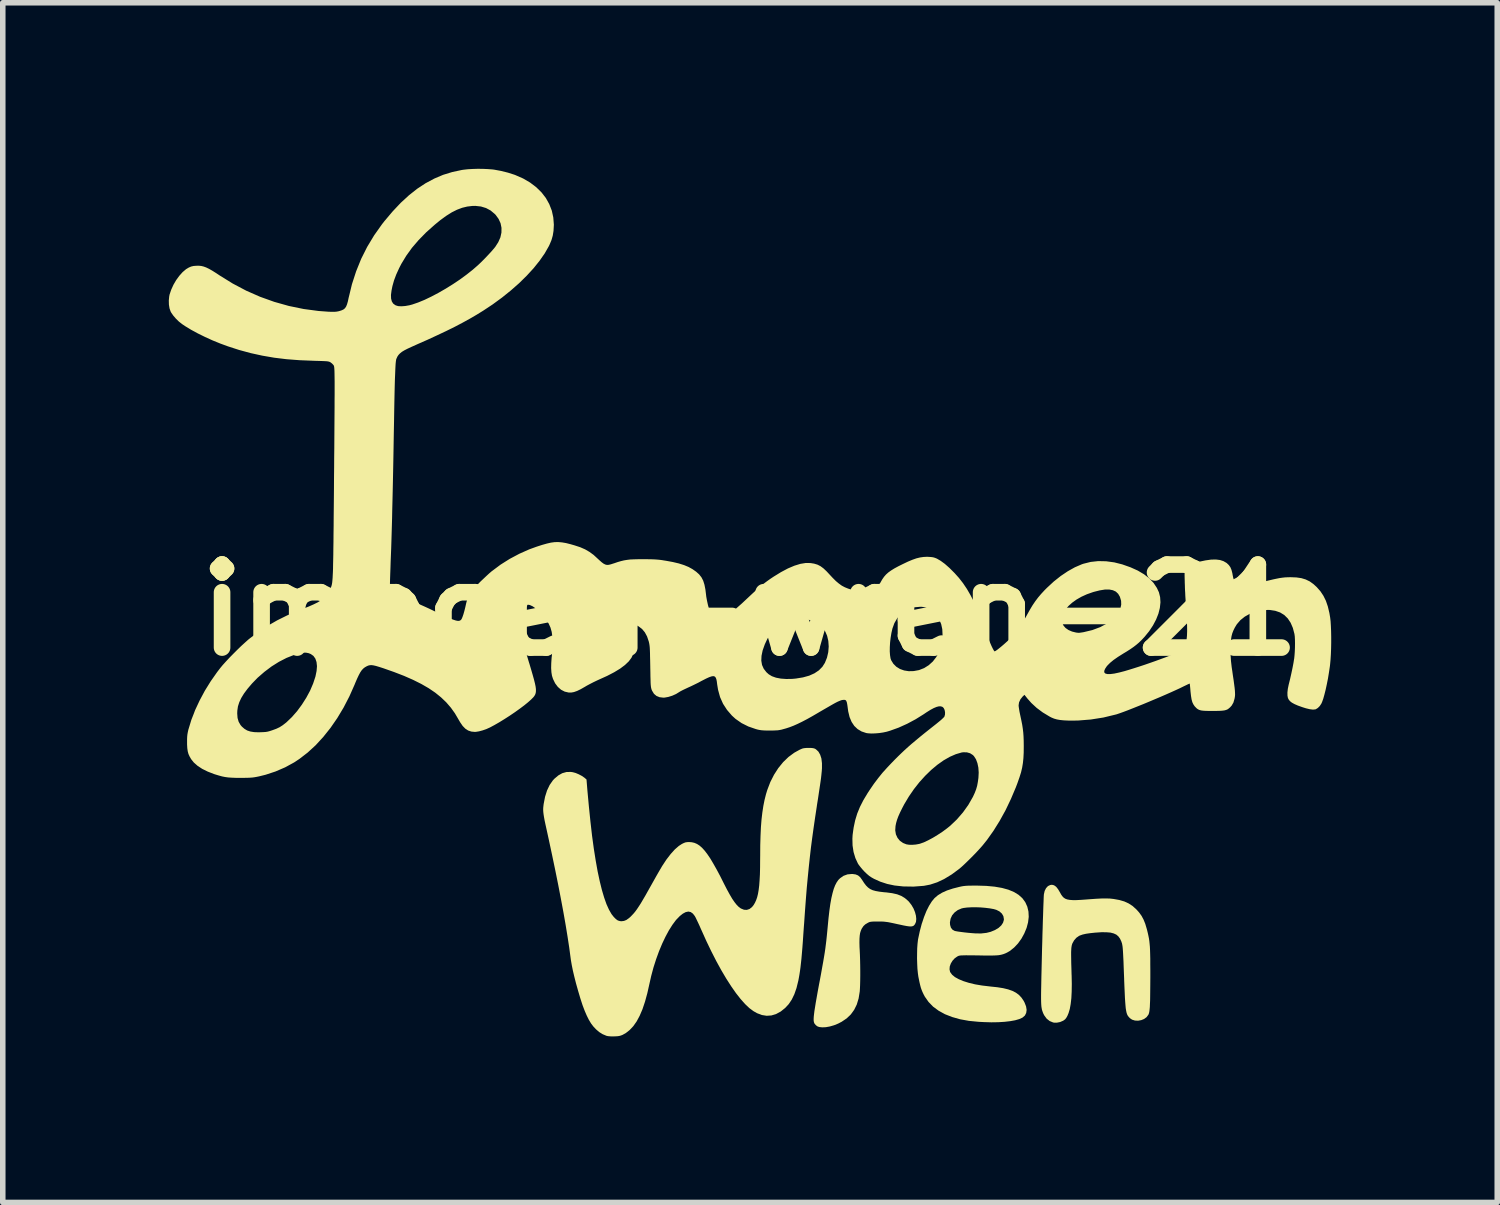
<source format=kicad_pcb>
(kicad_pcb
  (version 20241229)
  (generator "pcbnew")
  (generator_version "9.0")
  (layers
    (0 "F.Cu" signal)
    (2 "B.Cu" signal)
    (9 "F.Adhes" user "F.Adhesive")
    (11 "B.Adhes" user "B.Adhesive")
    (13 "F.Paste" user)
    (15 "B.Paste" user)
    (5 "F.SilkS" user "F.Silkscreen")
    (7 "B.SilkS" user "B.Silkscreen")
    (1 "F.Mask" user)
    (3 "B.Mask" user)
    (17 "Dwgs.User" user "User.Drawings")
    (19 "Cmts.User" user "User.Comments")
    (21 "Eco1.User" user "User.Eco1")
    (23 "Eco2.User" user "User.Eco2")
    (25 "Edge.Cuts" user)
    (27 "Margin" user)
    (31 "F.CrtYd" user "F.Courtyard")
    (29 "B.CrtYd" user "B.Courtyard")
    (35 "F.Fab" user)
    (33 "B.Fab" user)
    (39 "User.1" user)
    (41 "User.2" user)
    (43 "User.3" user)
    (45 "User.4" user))
  (footprint "imogen-wren-21"
    (layer "F.Cu")
    (at 10.498 7.972)
    (property "Reference" "imogen-wren-21" (at 0 0 0) (layer "F.SilkS") (effects (font (size 1.5 1.5) (thickness 0.3))))
    (attr board_only exclude_from_pos_files exclude_from_bom)
    (fp_poly (pts (xy 1.854 4.769) (xy 1.911 4.777) (xy 1.955 4.795) (xy 1.993 4.827) (xy 2.027 4.874) (xy 2.064 4.931) (xy 2.099 4.977) (xy 2.135 5.013) (xy 2.174 5.041) (xy 2.22 5.062) (xy 2.275 5.077) (xy 2.343 5.089) (xy 2.427 5.099) (xy 2.467 5.102) (xy 2.572 5.116) (xy 2.661 5.136) (xy 2.738 5.166) (xy 2.803 5.206) (xy 2.861 5.256) (xy 2.876 5.272) (xy 2.92 5.329) (xy 2.957 5.392) (xy 2.984 5.458) (xy 3.001 5.522) (xy 3.007 5.582) (xy 3.002 5.634) (xy 2.985 5.673) (xy 2.972 5.691) (xy 2.957 5.705) (xy 2.938 5.713) (xy 2.913 5.717) (xy 2.88 5.716) (xy 2.836 5.71) (xy 2.778 5.699) (xy 2.705 5.683) (xy 2.671 5.676) (xy 2.599 5.66) (xy 2.541 5.648) (xy 2.495 5.639) (xy 2.456 5.634) (xy 2.42 5.63) (xy 2.383 5.628) (xy 2.341 5.628) (xy 2.315 5.628) (xy 2.259 5.628) (xy 2.218 5.629) (xy 2.189 5.632) (xy 2.167 5.636) (xy 2.149 5.643) (xy 2.133 5.651) (xy 2.086 5.679) (xy 2.053 5.71) (xy 2.026 5.75) (xy 2.019 5.762) (xy 2.004 5.798) (xy 1.992 5.838) (xy 1.985 5.884) (xy 1.981 5.94) (xy 1.98 6.009) (xy 1.982 6.092) (xy 1.985 6.144) (xy 1.989 6.23) (xy 1.992 6.323) (xy 1.994 6.42) (xy 1.995 6.517) (xy 1.995 6.611) (xy 1.994 6.699) (xy 1.992 6.777) (xy 1.989 6.842) (xy 1.986 6.891) (xy 1.985 6.896) (xy 1.965 7.019) (xy 1.932 7.128) (xy 1.885 7.223) (xy 1.825 7.306) (xy 1.751 7.377) (xy 1.661 7.438) (xy 1.596 7.472) (xy 1.522 7.502) (xy 1.446 7.524) (xy 1.374 7.537) (xy 1.309 7.54) (xy 1.253 7.534) (xy 1.219 7.521) (xy 1.192 7.5) (xy 1.169 7.472) (xy 1.167 7.47) (xy 1.161 7.455) (xy 1.156 7.437) (xy 1.153 7.414) (xy 1.153 7.384) (xy 1.155 7.347) (xy 1.16 7.301) (xy 1.167 7.244) (xy 1.178 7.176) (xy 1.191 7.094) (xy 1.208 6.998) (xy 1.228 6.885) (xy 1.252 6.756) (xy 1.263 6.699) (xy 1.287 6.57) (xy 1.307 6.457) (xy 1.325 6.358) (xy 1.34 6.27) (xy 1.353 6.191) (xy 1.364 6.116) (xy 1.373 6.044) (xy 1.382 5.972) (xy 1.39 5.896) (xy 1.398 5.815) (xy 1.406 5.731) (xy 1.421 5.573) (xy 1.437 5.434) (xy 1.454 5.312) (xy 1.473 5.206) (xy 1.494 5.116) (xy 1.516 5.038) (xy 1.541 4.974) (xy 1.569 4.92) (xy 1.599 4.877) (xy 1.63 4.846) (xy 1.693 4.802) (xy 1.765 4.776) (xy 1.843 4.769)) (stroke (width 0) (type solid)) (fill yes) (layer "F.SilkS"))
    (fp_poly (pts (xy 4.272 4.984) (xy 4.422 4.998) (xy 4.556 5.021) (xy 4.672 5.053) (xy 4.773 5.095) (xy 4.856 5.146) (xy 4.924 5.207) (xy 4.976 5.278) (xy 5.013 5.359) (xy 5.034 5.448) (xy 5.039 5.543) (xy 5.027 5.643) (xy 5 5.744) (xy 4.959 5.843) (xy 4.907 5.938) (xy 4.845 6.024) (xy 4.774 6.099) (xy 4.697 6.16) (xy 4.649 6.188) (xy 4.613 6.205) (xy 4.578 6.218) (xy 4.541 6.228) (xy 4.499 6.236) (xy 4.449 6.24) (xy 4.388 6.242) (xy 4.313 6.243) (xy 4.222 6.242) (xy 4.222 6.242) (xy 4.119 6.24) (xy 4.034 6.239) (xy 3.965 6.239) (xy 3.91 6.238) (xy 3.866 6.239) (xy 3.833 6.24) (xy 3.809 6.241) (xy 3.79 6.244) (xy 3.776 6.247) (xy 3.765 6.251) (xy 3.754 6.257) (xy 3.749 6.259) (xy 3.701 6.293) (xy 3.661 6.337) (xy 3.631 6.387) (xy 3.612 6.44) (xy 3.608 6.492) (xy 3.618 6.539) (xy 3.622 6.545) (xy 3.655 6.59) (xy 3.706 6.632) (xy 3.775 6.67) (xy 3.859 6.705) (xy 3.958 6.736) (xy 4.07 6.763) (xy 4.194 6.784) (xy 4.329 6.8) (xy 4.345 6.802) (xy 4.469 6.815) (xy 4.576 6.832) (xy 4.667 6.854) (xy 4.744 6.881) (xy 4.808 6.914) (xy 4.862 6.954) (xy 4.907 7.002) (xy 4.946 7.059) (xy 4.964 7.093) (xy 4.991 7.162) (xy 5.001 7.225) (xy 4.993 7.28) (xy 4.97 7.326) (xy 4.929 7.362) (xy 4.922 7.366) (xy 4.867 7.391) (xy 4.794 7.412) (xy 4.706 7.428) (xy 4.603 7.44) (xy 4.489 7.447) (xy 4.363 7.449) (xy 4.229 7.445) (xy 4.133 7.44) (xy 3.959 7.423) (xy 3.799 7.394) (xy 3.654 7.353) (xy 3.524 7.302) (xy 3.41 7.239) (xy 3.311 7.166) (xy 3.229 7.081) (xy 3.162 6.986) (xy 3.14 6.945) (xy 3.12 6.903) (xy 3.104 6.864) (xy 3.09 6.824) (xy 3.078 6.779) (xy 3.065 6.724) (xy 3.051 6.655) (xy 3.045 6.626) (xy 3.036 6.561) (xy 3.028 6.481) (xy 3.024 6.392) (xy 3.021 6.297) (xy 3.022 6.202) (xy 3.024 6.11) (xy 3.03 6.028) (xy 3.038 5.959) (xy 3.041 5.942) (xy 3.071 5.801) (xy 3.106 5.669) (xy 3.115 5.644) (xy 3.615 5.644) (xy 3.618 5.689) (xy 3.633 5.739) (xy 3.662 5.776) (xy 3.702 5.798) (xy 3.726 5.803) (xy 3.766 5.81) (xy 3.819 5.817) (xy 3.881 5.825) (xy 3.947 5.832) (xy 4.015 5.838) (xy 4.07 5.842) (xy 4.176 5.844) (xy 4.275 5.833) (xy 4.351 5.814) (xy 4.429 5.782) (xy 4.494 5.743) (xy 4.543 5.698) (xy 4.575 5.649) (xy 4.59 5.598) (xy 4.59 5.584) (xy 4.581 5.531) (xy 4.554 5.485) (xy 4.511 5.446) (xy 4.454 5.417) (xy 4.406 5.403) (xy 4.333 5.39) (xy 4.252 5.38) (xy 4.167 5.373) (xy 4.081 5.37) (xy 3.999 5.371) (xy 3.925 5.375) (xy 3.863 5.383) (xy 3.827 5.391) (xy 3.757 5.421) (xy 3.699 5.464) (xy 3.655 5.516) (xy 3.627 5.577) (xy 3.615 5.644) (xy 3.115 5.644) (xy 3.147 5.547) (xy 3.191 5.437) (xy 3.239 5.342) (xy 3.289 5.263) (xy 3.337 5.205) (xy 3.398 5.153) (xy 3.473 5.107) (xy 3.562 5.067) (xy 3.668 5.032) (xy 3.786 5.002) (xy 3.822 4.994) (xy 3.856 4.988) (xy 3.891 4.984) (xy 3.93 4.981) (xy 3.978 4.98) (xy 4.038 4.979) (xy 4.104 4.979)) (stroke (width 0) (type solid)) (fill yes) (layer "F.SilkS"))
    (fp_poly (pts (xy 5.496 4.973) (xy 5.533 4.999) (xy 5.569 5.044) (xy 5.604 5.103) (xy 5.625 5.141) (xy 5.647 5.172) (xy 5.671 5.197) (xy 5.7 5.216) (xy 5.735 5.229) (xy 5.779 5.237) (xy 5.833 5.241) (xy 5.899 5.241) (xy 5.98 5.237) (xy 6.077 5.23) (xy 6.142 5.225) (xy 6.255 5.217) (xy 6.352 5.212) (xy 6.435 5.211) (xy 6.506 5.213) (xy 6.568 5.22) (xy 6.571 5.22) (xy 6.676 5.239) (xy 6.765 5.265) (xy 6.842 5.3) (xy 6.912 5.345) (xy 6.977 5.403) (xy 6.98 5.405) (xy 7.033 5.464) (xy 7.077 5.525) (xy 7.113 5.592) (xy 7.144 5.668) (xy 7.171 5.759) (xy 7.18 5.793) (xy 7.192 5.843) (xy 7.202 5.889) (xy 7.211 5.934) (xy 7.218 5.981) (xy 7.223 6.03) (xy 7.228 6.085) (xy 7.231 6.147) (xy 7.233 6.218) (xy 7.235 6.301) (xy 7.235 6.396) (xy 7.236 6.508) (xy 7.236 6.636) (xy 7.236 6.645) (xy 7.235 6.773) (xy 7.234 6.883) (xy 7.233 6.976) (xy 7.232 7.054) (xy 7.229 7.119) (xy 7.227 7.172) (xy 7.223 7.214) (xy 7.219 7.248) (xy 7.214 7.274) (xy 7.208 7.295) (xy 7.201 7.312) (xy 7.2 7.313) (xy 7.168 7.356) (xy 7.123 7.389) (xy 7.071 7.41) (xy 7.014 7.42) (xy 6.958 7.417) (xy 6.906 7.401) (xy 6.868 7.375) (xy 6.852 7.358) (xy 6.838 7.342) (xy 6.825 7.323) (xy 6.815 7.301) (xy 6.806 7.273) (xy 6.799 7.239) (xy 6.792 7.197) (xy 6.787 7.144) (xy 6.782 7.08) (xy 6.777 7.004) (xy 6.773 6.912) (xy 6.768 6.804) (xy 6.763 6.678) (xy 6.763 6.665) (xy 6.758 6.541) (xy 6.754 6.435) (xy 6.751 6.346) (xy 6.747 6.271) (xy 6.744 6.209) (xy 6.741 6.159) (xy 6.738 6.118) (xy 6.735 6.086) (xy 6.731 6.06) (xy 6.727 6.038) (xy 6.723 6.02) (xy 6.717 6.004) (xy 6.712 5.988) (xy 6.688 5.937) (xy 6.659 5.897) (xy 6.622 5.865) (xy 6.574 5.843) (xy 6.516 5.828) (xy 6.444 5.822) (xy 6.357 5.821) (xy 6.253 5.828) (xy 6.247 5.828) (xy 6.152 5.838) (xy 6.075 5.849) (xy 6.013 5.863) (xy 5.965 5.88) (xy 5.949 5.887) (xy 5.9 5.921) (xy 5.858 5.969) (xy 5.827 6.025) (xy 5.823 6.037) (xy 5.817 6.056) (xy 5.813 6.078) (xy 5.809 6.105) (xy 5.807 6.139) (xy 5.805 6.181) (xy 5.805 6.234) (xy 5.806 6.299) (xy 5.807 6.378) (xy 5.81 6.473) (xy 5.813 6.585) (xy 5.814 6.601) (xy 5.817 6.756) (xy 5.815 6.894) (xy 5.809 7.014) (xy 5.797 7.118) (xy 5.781 7.207) (xy 5.759 7.281) (xy 5.738 7.332) (xy 5.717 7.369) (xy 5.697 7.394) (xy 5.671 7.414) (xy 5.657 7.422) (xy 5.606 7.444) (xy 5.55 7.455) (xy 5.498 7.455) (xy 5.48 7.452) (xy 5.417 7.426) (xy 5.363 7.383) (xy 5.319 7.323) (xy 5.304 7.294) (xy 5.294 7.27) (xy 5.286 7.247) (xy 5.278 7.223) (xy 5.273 7.196) (xy 5.268 7.165) (xy 5.265 7.127) (xy 5.263 7.08) (xy 5.262 7.024) (xy 5.262 6.955) (xy 5.263 6.873) (xy 5.265 6.776) (xy 5.267 6.662) (xy 5.268 6.612) (xy 5.271 6.491) (xy 5.274 6.365) (xy 5.277 6.238) (xy 5.28 6.11) (xy 5.284 5.982) (xy 5.287 5.858) (xy 5.291 5.738) (xy 5.294 5.624) (xy 5.298 5.517) (xy 5.301 5.42) (xy 5.304 5.335) (xy 5.307 5.262) (xy 5.309 5.203) (xy 5.311 5.161) (xy 5.313 5.137) (xy 5.313 5.136) (xy 5.327 5.075) (xy 5.352 5.025) (xy 5.386 4.988) (xy 5.428 4.968) (xy 5.459 4.964)) (stroke (width 0) (type solid)) (fill yes) (layer "F.SilkS"))
    (fp_poly (pts (xy 1.107 2.492) (xy 1.139 2.495) (xy 1.161 2.5) (xy 1.181 2.508) (xy 1.197 2.519) (xy 1.239 2.558) (xy 1.271 2.614) (xy 1.293 2.683) (xy 1.303 2.767) (xy 1.303 2.863) (xy 1.302 2.87) (xy 1.3 2.906) (xy 1.296 2.943) (xy 1.292 2.984) (xy 1.287 3.029) (xy 1.28 3.082) (xy 1.271 3.144) (xy 1.26 3.217) (xy 1.247 3.304) (xy 1.232 3.405) (xy 1.213 3.523) (xy 1.209 3.553) (xy 1.179 3.75) (xy 1.152 3.936) (xy 1.127 4.116) (xy 1.104 4.292) (xy 1.084 4.467) (xy 1.065 4.644) (xy 1.047 4.826) (xy 1.029 5.016) (xy 1.013 5.216) (xy 0.997 5.429) (xy 0.981 5.659) (xy 0.978 5.696) (xy 0.967 5.85) (xy 0.958 5.985) (xy 0.949 6.105) (xy 0.94 6.21) (xy 0.932 6.302) (xy 0.923 6.384) (xy 0.915 6.456) (xy 0.906 6.522) (xy 0.897 6.581) (xy 0.887 6.638) (xy 0.877 6.692) (xy 0.875 6.7) (xy 0.843 6.83) (xy 0.804 6.942) (xy 0.757 7.039) (xy 0.702 7.121) (xy 0.639 7.189) (xy 0.558 7.254) (xy 0.475 7.299) (xy 0.39 7.325) (xy 0.304 7.331) (xy 0.217 7.317) (xy 0.13 7.284) (xy 0.065 7.247) (xy -0.009 7.192) (xy -0.086 7.119) (xy -0.167 7.028) (xy -0.251 6.921) (xy -0.337 6.798) (xy -0.425 6.661) (xy -0.515 6.509) (xy -0.605 6.345) (xy -0.695 6.169) (xy -0.785 5.982) (xy -0.874 5.784) (xy -0.883 5.765) (xy -0.909 5.705) (xy -0.935 5.649) (xy -0.959 5.599) (xy -0.978 5.559) (xy -0.992 5.534) (xy -0.993 5.531) (xy -1.029 5.485) (xy -1.068 5.457) (xy -1.111 5.448) (xy -1.159 5.458) (xy -1.211 5.486) (xy -1.269 5.532) (xy -1.269 5.533) (xy -1.334 5.6) (xy -1.398 5.686) (xy -1.462 5.787) (xy -1.524 5.902) (xy -1.584 6.028) (xy -1.641 6.165) (xy -1.693 6.308) (xy -1.741 6.458) (xy -1.782 6.611) (xy -1.813 6.748) (xy -1.852 6.922) (xy -1.894 7.076) (xy -1.94 7.213) (xy -1.991 7.332) (xy -2.046 7.434) (xy -2.106 7.519) (xy -2.172 7.589) (xy -2.242 7.644) (xy -2.3 7.676) (xy -2.331 7.688) (xy -2.361 7.696) (xy -2.398 7.701) (xy -2.447 7.703) (xy -2.453 7.704) (xy -2.514 7.703) (xy -2.562 7.699) (xy -2.59 7.693) (xy -2.659 7.664) (xy -2.722 7.625) (xy -2.78 7.575) (xy -2.826 7.526) (xy -2.868 7.471) (xy -2.908 7.405) (xy -2.946 7.329) (xy -2.984 7.241) (xy -3.023 7.138) (xy -3.062 7.018) (xy -3.101 6.886) (xy -3.14 6.748) (xy -3.171 6.626) (xy -3.197 6.516) (xy -3.217 6.417) (xy -3.233 6.325) (xy -3.239 6.281) (xy -3.263 6.101) (xy -3.293 5.904) (xy -3.328 5.69) (xy -3.368 5.462) (xy -3.413 5.221) (xy -3.462 4.967) (xy -3.515 4.704) (xy -3.572 4.431) (xy -3.632 4.15) (xy -3.672 3.967) (xy -3.692 3.877) (xy -3.708 3.802) (xy -3.719 3.741) (xy -3.727 3.69) (xy -3.732 3.647) (xy -3.734 3.609) (xy -3.733 3.573) (xy -3.729 3.536) (xy -3.725 3.504) (xy -3.7 3.374) (xy -3.664 3.26) (xy -3.617 3.161) (xy -3.559 3.078) (xy -3.53 3.047) (xy -3.46 2.988) (xy -3.389 2.948) (xy -3.314 2.927) (xy -3.236 2.925) (xy -3.2 2.93) (xy -3.148 2.944) (xy -3.091 2.968) (xy -3.034 2.998) (xy -2.988 3.03) (xy -2.982 3.035) (xy -2.951 3.062) (xy -2.935 3.259) (xy -2.908 3.55) (xy -2.88 3.823) (xy -2.851 4.077) (xy -2.819 4.312) (xy -2.785 4.527) (xy -2.75 4.723) (xy -2.712 4.9) (xy -2.673 5.058) (xy -2.632 5.196) (xy -2.59 5.315) (xy -2.545 5.414) (xy -2.499 5.494) (xy -2.459 5.545) (xy -2.42 5.584) (xy -2.385 5.609) (xy -2.348 5.62) (xy -2.32 5.623) (xy -2.274 5.617) (xy -2.231 5.6) (xy -2.186 5.568) (xy -2.157 5.543) (xy -2.128 5.513) (xy -2.099 5.482) (xy -2.07 5.447) (xy -2.04 5.406) (xy -2.008 5.358) (xy -1.971 5.301) (xy -1.931 5.233) (xy -1.884 5.153) (xy -1.831 5.058) (xy -1.77 4.95) (xy -1.732 4.882) (xy -1.695 4.816) (xy -1.659 4.753) (xy -1.627 4.698) (xy -1.601 4.654) (xy -1.586 4.628) (xy -1.507 4.508) (xy -1.43 4.408) (xy -1.356 4.326) (xy -1.284 4.263) (xy -1.227 4.226) (xy -1.19 4.208) (xy -1.159 4.197) (xy -1.125 4.193) (xy -1.096 4.192) (xy -1.047 4.196) (xy -1 4.207) (xy -0.954 4.227) (xy -0.909 4.256) (xy -0.863 4.296) (xy -0.816 4.348) (xy -0.767 4.412) (xy -0.714 4.49) (xy -0.659 4.583) (xy -0.598 4.691) (xy -0.532 4.815) (xy -0.468 4.943) (xy -0.413 5.05) (xy -0.363 5.141) (xy -0.319 5.216) (xy -0.278 5.276) (xy -0.24 5.324) (xy -0.204 5.361) (xy -0.168 5.388) (xy -0.16 5.393) (xy -0.106 5.415) (xy -0.055 5.418) (xy -0.006 5.402) (xy 0.039 5.367) (xy 0.069 5.329) (xy 0.093 5.288) (xy 0.114 5.242) (xy 0.132 5.19) (xy 0.147 5.129) (xy 0.159 5.059) (xy 0.169 4.978) (xy 0.176 4.884) (xy 0.182 4.776) (xy 0.185 4.652) (xy 0.186 4.511) (xy 0.187 4.438) (xy 0.188 4.251) (xy 0.193 4.081) (xy 0.2 3.926) (xy 0.211 3.786) (xy 0.226 3.658) (xy 0.244 3.54) (xy 0.266 3.43) (xy 0.292 3.327) (xy 0.316 3.249) (xy 0.37 3.108) (xy 0.437 2.976) (xy 0.514 2.856) (xy 0.602 2.748) (xy 0.698 2.655) (xy 0.801 2.579) (xy 0.89 2.529) (xy 0.929 2.511) (xy 0.958 2.5) (xy 0.987 2.495) (xy 1.021 2.492) (xy 1.062 2.492)) (stroke (width 0) (type solid)) (fill yes) (layer "F.SilkS"))
    (fp_poly (pts (xy -4.824 -7.971) (xy -4.734 -7.967) (xy -4.655 -7.961) (xy -4.621 -7.957) (xy -4.497 -7.934) (xy -4.372 -7.903) (xy -4.256 -7.866) (xy -4.235 -7.858) (xy -4.096 -7.797) (xy -3.971 -7.724) (xy -3.86 -7.64) (xy -3.765 -7.547) (xy -3.686 -7.445) (xy -3.624 -7.334) (xy -3.578 -7.216) (xy -3.551 -7.092) (xy -3.541 -6.962) (xy -3.547 -6.851) (xy -3.561 -6.764) (xy -3.584 -6.684) (xy -3.618 -6.603) (xy -3.632 -6.574) (xy -3.706 -6.444) (xy -3.798 -6.312) (xy -3.906 -6.177) (xy -4.03 -6.042) (xy -4.167 -5.907) (xy -4.317 -5.775) (xy -4.477 -5.646) (xy -4.648 -5.521) (xy -4.817 -5.409) (xy -4.937 -5.335) (xy -5.062 -5.262) (xy -5.193 -5.19) (xy -5.332 -5.117) (xy -5.482 -5.043) (xy -5.645 -4.966) (xy -5.822 -4.884) (xy -6.015 -4.799) (xy -6.03 -4.792) (xy -6.117 -4.753) (xy -6.188 -4.72) (xy -6.244 -4.691) (xy -6.288 -4.664) (xy -6.321 -4.637) (xy -6.347 -4.61) (xy -6.367 -4.581) (xy -6.382 -4.548) (xy -6.389 -4.532) (xy -6.392 -4.515) (xy -6.396 -4.488) (xy -6.4 -4.449) (xy -6.403 -4.398) (xy -6.406 -4.334) (xy -6.409 -4.256) (xy -6.413 -4.163) (xy -6.416 -4.054) (xy -6.419 -3.929) (xy -6.422 -3.786) (xy -6.425 -3.626) (xy -6.428 -3.446) (xy -6.428 -3.44) (xy -6.433 -3.182) (xy -6.437 -2.941) (xy -6.441 -2.718) (xy -6.445 -2.51) (xy -6.449 -2.317) (xy -6.453 -2.136) (xy -6.457 -1.967) (xy -6.461 -1.808) (xy -6.464 -1.658) (xy -6.468 -1.515) (xy -6.472 -1.378) (xy -6.476 -1.246) (xy -6.48 -1.117) (xy -6.485 -0.991) (xy -6.49 -0.865) (xy -6.493 -0.765) (xy -6.497 -0.659) (xy -6.5 -0.571) (xy -6.502 -0.498) (xy -6.503 -0.44) (xy -6.502 -0.393) (xy -6.5 -0.357) (xy -6.496 -0.329) (xy -6.49 -0.308) (xy -6.482 -0.291) (xy -6.472 -0.277) (xy -6.461 -0.263) (xy -6.447 -0.25) (xy -6.432 -0.24) (xy -6.412 -0.23) (xy -6.384 -0.221) (xy -6.345 -0.211) (xy -6.291 -0.199) (xy -6.252 -0.191) (xy -6.192 -0.178) (xy -6.135 -0.163) (xy -6.079 -0.145) (xy -6.019 -0.123) (xy -5.953 -0.097) (xy -5.879 -0.064) (xy -5.792 -0.024) (xy -5.711 0.015) (xy -5.61 0.063) (xy -5.525 0.103) (xy -5.455 0.135) (xy -5.397 0.16) (xy -5.35 0.177) (xy -5.313 0.189) (xy -5.284 0.195) (xy -5.26 0.196) (xy -5.242 0.192) (xy -5.227 0.184) (xy -5.22 0.179) (xy -5.207 0.161) (xy -5.192 0.126) (xy -5.175 0.077) (xy -5.158 0.017) (xy -5.141 -0.051) (xy -5.125 -0.123) (xy -5.102 -0.209) (xy -5.066 -0.285) (xy -5.023 -0.349) (xy -4.998 -0.379) (xy -4.961 -0.418) (xy -4.915 -0.465) (xy -4.865 -0.516) (xy -4.811 -0.567) (xy -4.758 -0.617) (xy -4.709 -0.662) (xy -4.666 -0.699) (xy -4.655 -0.707) (xy -4.504 -0.82) (xy -4.339 -0.924) (xy -4.164 -1.017) (xy -3.984 -1.097) (xy -3.851 -1.145) (xy -3.752 -1.177) (xy -3.667 -1.201) (xy -3.593 -1.218) (xy -3.525 -1.227) (xy -3.46 -1.228) (xy -3.393 -1.222) (xy -3.322 -1.21) (xy -3.242 -1.19) (xy -3.169 -1.169) (xy -3.065 -1.135) (xy -2.976 -1.096) (xy -2.897 -1.05) (xy -2.823 -0.996) (xy -2.775 -0.952) (xy -2.721 -0.902) (xy -2.678 -0.864) (xy -2.643 -0.838) (xy -2.611 -0.822) (xy -2.581 -0.815) (xy -2.549 -0.817) (xy -2.511 -0.826) (xy -2.465 -0.841) (xy -2.454 -0.844) (xy -2.387 -0.867) (xy -2.328 -0.884) (xy -2.274 -0.897) (xy -2.22 -0.906) (xy -2.163 -0.913) (xy -2.098 -0.916) (xy -2.022 -0.918) (xy -1.929 -0.919) (xy -1.927 -0.919) (xy -1.847 -0.918) (xy -1.782 -0.917) (xy -1.728 -0.915) (xy -1.681 -0.912) (xy -1.636 -0.908) (xy -1.589 -0.902) (xy -1.535 -0.893) (xy -1.52 -0.891) (xy -1.394 -0.868) (xy -1.284 -0.842) (xy -1.189 -0.812) (xy -1.107 -0.778) (xy -1.035 -0.738) (xy -0.971 -0.693) (xy -0.917 -0.645) (xy -0.875 -0.592) (xy -0.843 -0.531) (xy -0.82 -0.458) (xy -0.803 -0.372) (xy -0.795 -0.307) (xy -0.787 -0.24) (xy -0.774 -0.169) (xy -0.758 -0.096) (xy -0.739 -0.025) (xy -0.718 0.041) (xy -0.697 0.098) (xy -0.677 0.143) (xy -0.658 0.172) (xy -0.654 0.177) (xy -0.628 0.192) (xy -0.597 0.195) (xy -0.558 0.185) (xy -0.508 0.161) (xy -0.466 0.136) (xy -0.418 0.105) (xy -0.37 0.072) (xy -0.322 0.035) (xy -0.27 -0.008) (xy -0.212 -0.059) (xy -0.145 -0.118) (xy -0.068 -0.19) (xy -0.035 -0.221) (xy 0.043 -0.294) (xy 0.109 -0.355) (xy 0.167 -0.407) (xy 0.22 -0.451) (xy 0.269 -0.49) (xy 0.319 -0.527) (xy 0.371 -0.564) (xy 0.428 -0.602) (xy 0.563 -0.685) (xy 0.689 -0.752) (xy 0.805 -0.801) (xy 0.912 -0.834) (xy 1.009 -0.85) (xy 1.095 -0.849) (xy 1.162 -0.838) (xy 1.222 -0.82) (xy 1.277 -0.792) (xy 1.331 -0.752) (xy 1.388 -0.698) (xy 1.427 -0.656) (xy 1.495 -0.583) (xy 1.554 -0.524) (xy 1.609 -0.478) (xy 1.662 -0.44) (xy 1.717 -0.411) (xy 1.776 -0.387) (xy 1.843 -0.366) (xy 1.858 -0.362) (xy 1.926 -0.349) (xy 1.999 -0.341) (xy 2.071 -0.339) (xy 2.137 -0.344) (xy 2.191 -0.355) (xy 2.199 -0.357) (xy 2.258 -0.387) (xy 2.312 -0.433) (xy 2.356 -0.49) (xy 2.363 -0.503) (xy 2.393 -0.555) (xy 2.425 -0.601) (xy 2.46 -0.641) (xy 2.501 -0.678) (xy 2.551 -0.714) (xy 2.612 -0.752) (xy 2.686 -0.792) (xy 2.763 -0.83) (xy 2.857 -0.875) (xy 2.939 -0.909) (xy 3.01 -0.934) (xy 3.076 -0.95) (xy 3.139 -0.959) (xy 3.201 -0.962) (xy 3.224 -0.961) (xy 3.273 -0.958) (xy 3.31 -0.953) (xy 3.342 -0.944) (xy 3.377 -0.93) (xy 3.381 -0.928) (xy 3.448 -0.889) (xy 3.523 -0.834) (xy 3.607 -0.76) (xy 3.698 -0.669) (xy 3.699 -0.668) (xy 3.778 -0.58) (xy 3.852 -0.485) (xy 3.922 -0.381) (xy 3.988 -0.267) (xy 4.052 -0.141) (xy 4.114 -0.001) (xy 4.176 0.155) (xy 4.239 0.328) (xy 4.246 0.349) (xy 4.269 0.411) (xy 4.293 0.475) (xy 4.318 0.538) (xy 4.344 0.598) (xy 4.367 0.651) (xy 4.388 0.694) (xy 4.406 0.727) (xy 4.418 0.744) (xy 4.422 0.747) (xy 4.438 0.74) (xy 4.465 0.722) (xy 4.501 0.694) (xy 4.544 0.659) (xy 4.591 0.619) (xy 4.64 0.575) (xy 4.688 0.531) (xy 4.733 0.488) (xy 4.772 0.448) (xy 4.804 0.414) (xy 4.819 0.396) (xy 4.844 0.363) (xy 4.866 0.332) (xy 4.887 0.299) (xy 4.911 0.261) (xy 4.938 0.214) (xy 4.958 0.177) (xy 5.636 0.177) (xy 5.646 0.236) (xy 5.667 0.281) (xy 5.704 0.324) (xy 5.757 0.361) (xy 5.822 0.389) (xy 5.895 0.407) (xy 5.938 0.412) (xy 5.955 0.411) (xy 5.985 0.407) (xy 6.024 0.401) (xy 6.038 0.398) (xy 6.188 0.362) (xy 6.33 0.309) (xy 6.463 0.238) (xy 6.476 0.23) (xy 6.551 0.174) (xy 6.613 0.111) (xy 6.661 0.044) (xy 6.694 -0.026) (xy 6.71 -0.096) (xy 6.708 -0.164) (xy 6.706 -0.173) (xy 6.686 -0.24) (xy 6.655 -0.293) (xy 6.613 -0.333) (xy 6.559 -0.358) (xy 6.493 -0.371) (xy 6.414 -0.37) (xy 6.321 -0.355) (xy 6.214 -0.328) (xy 6.198 -0.323) (xy 6.09 -0.285) (xy 5.991 -0.24) (xy 5.902 -0.189) (xy 5.824 -0.133) (xy 5.758 -0.074) (xy 5.705 -0.012) (xy 5.667 0.051) (xy 5.643 0.115) (xy 5.636 0.177) (xy 4.958 0.177) (xy 4.97 0.155) (xy 5.001 0.1) (xy 5.056 0.001) (xy 5.106 -0.083) (xy 5.156 -0.157) (xy 5.207 -0.225) (xy 5.263 -0.291) (xy 5.326 -0.359) (xy 5.369 -0.402) (xy 5.491 -0.515) (xy 5.617 -0.615) (xy 5.745 -0.701) (xy 5.872 -0.772) (xy 5.997 -0.826) (xy 6.026 -0.836) (xy 6.157 -0.869) (xy 6.294 -0.884) (xy 6.438 -0.881) (xy 6.585 -0.861) (xy 6.728 -0.825) (xy 6.878 -0.772) (xy 7.009 -0.713) (xy 7.122 -0.646) (xy 7.217 -0.572) (xy 7.294 -0.49) (xy 7.354 -0.4) (xy 7.391 -0.321) (xy 7.413 -0.233) (xy 7.419 -0.139) (xy 7.408 -0.038) (xy 7.382 0.066) (xy 7.34 0.172) (xy 7.284 0.278) (xy 7.215 0.382) (xy 7.132 0.484) (xy 7.074 0.546) (xy 7.028 0.59) (xy 6.982 0.629) (xy 6.934 0.666) (xy 6.878 0.705) (xy 6.811 0.748) (xy 6.748 0.786) (xy 6.651 0.847) (xy 6.572 0.902) (xy 6.51 0.953) (xy 6.463 1) (xy 6.449 1.016) (xy 6.418 1.063) (xy 6.403 1.101) (xy 6.405 1.129) (xy 6.425 1.148) (xy 6.461 1.157) (xy 6.514 1.157) (xy 6.585 1.148) (xy 6.673 1.129) (xy 6.704 1.121) (xy 6.773 1.103) (xy 6.853 1.079) (xy 6.94 1.052) (xy 7.034 1.022) (xy 7.131 0.99) (xy 7.229 0.956) (xy 7.326 0.922) (xy 7.419 0.888) (xy 7.506 0.856) (xy 7.585 0.825) (xy 7.652 0.798) (xy 7.707 0.774) (xy 7.746 0.755) (xy 7.755 0.749) (xy 7.808 0.706) (xy 7.851 0.65) (xy 7.879 0.587) (xy 7.891 0.535) (xy 7.898 0.465) (xy 7.901 0.38) (xy 7.9 0.281) (xy 7.895 0.17) (xy 7.894 0.158) (xy 7.887 0.046) (xy 7.881 -0.049) (xy 7.876 -0.13) (xy 7.872 -0.198) (xy 7.868 -0.257) (xy 7.866 -0.309) (xy 7.863 -0.356) (xy 7.861 -0.402) (xy 7.86 -0.448) (xy 7.858 -0.496) (xy 7.858 -0.511) (xy 7.856 -0.577) (xy 7.855 -0.627) (xy 7.855 -0.663) (xy 7.857 -0.689) (xy 7.86 -0.709) (xy 7.864 -0.724) (xy 7.871 -0.74) (xy 7.875 -0.747) (xy 7.893 -0.774) (xy 7.916 -0.797) (xy 7.947 -0.817) (xy 7.99 -0.835) (xy 8.047 -0.853) (xy 8.119 -0.873) (xy 8.233 -0.897) (xy 8.333 -0.911) (xy 8.419 -0.913) (xy 8.494 -0.904) (xy 8.558 -0.883) (xy 8.613 -0.851) (xy 8.619 -0.846) (xy 8.654 -0.813) (xy 8.682 -0.774) (xy 8.702 -0.726) (xy 8.718 -0.665) (xy 8.723 -0.635) (xy 8.734 -0.581) (xy 8.749 -0.535) (xy 8.768 -0.5) (xy 8.793 -0.473) (xy 8.826 -0.455) (xy 8.869 -0.445) (xy 8.922 -0.443) (xy 8.987 -0.449) (xy 9.067 -0.463) (xy 9.162 -0.483) (xy 9.274 -0.51) (xy 9.279 -0.511) (xy 9.374 -0.534) (xy 9.453 -0.553) (xy 9.519 -0.567) (xy 9.575 -0.578) (xy 9.625 -0.585) (xy 9.672 -0.59) (xy 9.718 -0.592) (xy 9.767 -0.593) (xy 9.771 -0.593) (xy 9.875 -0.589) (xy 9.965 -0.576) (xy 10.044 -0.552) (xy 10.116 -0.517) (xy 10.183 -0.469) (xy 10.243 -0.414) (xy 10.309 -0.339) (xy 10.363 -0.258) (xy 10.408 -0.167) (xy 10.443 -0.065) (xy 10.471 0.053) (xy 10.485 0.135) (xy 10.493 0.202) (xy 10.498 0.285) (xy 10.502 0.38) (xy 10.504 0.483) (xy 10.504 0.59) (xy 10.502 0.697) (xy 10.498 0.801) (xy 10.492 0.897) (xy 10.484 0.982) (xy 10.48 1.017) (xy 10.463 1.13) (xy 10.445 1.24) (xy 10.424 1.345) (xy 10.403 1.442) (xy 10.381 1.529) (xy 10.36 1.604) (xy 10.339 1.662) (xy 10.326 1.691) (xy 10.297 1.735) (xy 10.262 1.77) (xy 10.226 1.792) (xy 10.216 1.795) (xy 10.174 1.799) (xy 10.117 1.792) (xy 10.046 1.775) (xy 9.98 1.754) (xy 9.902 1.726) (xy 9.84 1.699) (xy 9.793 1.673) (xy 9.759 1.646) (xy 9.736 1.617) (xy 9.722 1.589) (xy 9.714 1.547) (xy 9.713 1.491) (xy 9.72 1.425) (xy 9.735 1.352) (xy 9.736 1.348) (xy 9.761 1.247) (xy 9.784 1.145) (xy 9.805 1.046) (xy 9.822 0.957) (xy 9.834 0.881) (xy 9.835 0.88) (xy 9.841 0.821) (xy 9.846 0.752) (xy 9.849 0.679) (xy 9.85 0.605) (xy 9.849 0.537) (xy 9.846 0.478) (xy 9.84 0.434) (xy 9.84 0.433) (xy 9.811 0.323) (xy 9.771 0.23) (xy 9.719 0.152) (xy 9.656 0.09) (xy 9.581 0.044) (xy 9.494 0.014) (xy 9.397 -0.001) (xy 9.358 -0.002) (xy 9.243 0.006) (xy 9.134 0.03) (xy 9.034 0.068) (xy 8.943 0.119) (xy 8.864 0.182) (xy 8.799 0.257) (xy 8.763 0.316) (xy 8.737 0.369) (xy 8.717 0.42) (xy 8.703 0.473) (xy 8.694 0.531) (xy 8.688 0.6) (xy 8.686 0.682) (xy 8.686 0.718) (xy 8.686 0.775) (xy 8.687 0.825) (xy 8.69 0.872) (xy 8.693 0.919) (xy 8.699 0.971) (xy 8.706 1.032) (xy 8.717 1.105) (xy 8.727 1.177) (xy 8.741 1.269) (xy 8.751 1.345) (xy 8.759 1.406) (xy 8.764 1.455) (xy 8.766 1.495) (xy 8.767 1.529) (xy 8.765 1.557) (xy 8.761 1.584) (xy 8.757 1.604) (xy 8.737 1.672) (xy 8.706 1.726) (xy 8.678 1.757) (xy 8.654 1.778) (xy 8.63 1.795) (xy 8.603 1.806) (xy 8.571 1.814) (xy 8.529 1.819) (xy 8.475 1.822) (xy 8.406 1.823) (xy 8.385 1.823) (xy 8.304 1.823) (xy 8.241 1.822) (xy 8.191 1.819) (xy 8.153 1.814) (xy 8.124 1.806) (xy 8.1 1.795) (xy 8.079 1.781) (xy 8.068 1.771) (xy 8.038 1.74) (xy 8.014 1.705) (xy 7.995 1.665) (xy 7.981 1.614) (xy 7.971 1.552) (xy 7.962 1.473) (xy 7.961 1.46) (xy 7.957 1.412) (xy 7.953 1.372) (xy 7.95 1.343) (xy 7.948 1.329) (xy 7.948 1.329) (xy 7.938 1.332) (xy 7.915 1.342) (xy 7.88 1.359) (xy 7.838 1.379) (xy 7.828 1.384) (xy 7.767 1.414) (xy 7.693 1.448) (xy 7.609 1.486) (xy 7.516 1.527) (xy 7.417 1.57) (xy 7.315 1.613) (xy 7.211 1.657) (xy 7.108 1.7) (xy 7.008 1.74) (xy 6.913 1.778) (xy 6.827 1.812) (xy 6.75 1.841) (xy 6.686 1.864) (xy 6.636 1.881) (xy 6.62 1.886) (xy 6.389 1.942) (xy 6.16 1.978) (xy 5.935 1.996) (xy 5.839 1.998) (xy 5.745 1.997) (xy 5.667 1.993) (xy 5.601 1.986) (xy 5.546 1.976) (xy 5.497 1.962) (xy 5.451 1.943) (xy 5.418 1.926) (xy 5.292 1.85) (xy 5.182 1.768) (xy 5.086 1.679) (xy 5.015 1.599) (xy 4.962 1.532) (xy 4.928 1.564) (xy 4.889 1.613) (xy 4.864 1.668) (xy 4.856 1.721) (xy 4.858 1.747) (xy 4.864 1.787) (xy 4.872 1.836) (xy 4.883 1.889) (xy 4.885 1.898) (xy 4.905 1.992) (xy 4.921 2.073) (xy 4.932 2.145) (xy 4.94 2.213) (xy 4.945 2.283) (xy 4.948 2.36) (xy 4.949 2.449) (xy 4.949 2.467) (xy 4.948 2.577) (xy 4.943 2.675) (xy 4.934 2.763) (xy 4.92 2.848) (xy 4.9 2.933) (xy 4.872 3.022) (xy 4.837 3.122) (xy 4.806 3.204) (xy 4.717 3.414) (xy 4.62 3.617) (xy 4.514 3.809) (xy 4.402 3.989) (xy 4.285 4.154) (xy 4.208 4.25) (xy 4.166 4.298) (xy 4.114 4.355) (xy 4.056 4.416) (xy 3.995 4.478) (xy 3.934 4.538) (xy 3.877 4.593) (xy 3.826 4.64) (xy 3.784 4.676) (xy 3.649 4.776) (xy 3.516 4.857) (xy 3.386 4.919) (xy 3.258 4.961) (xy 3.144 4.983) (xy 2.959 4.997) (xy 2.777 4.994) (xy 2.762 4.993) (xy 2.615 4.977) (xy 2.482 4.949) (xy 2.357 4.908) (xy 2.246 4.858) (xy 2.198 4.831) (xy 2.156 4.803) (xy 2.115 4.768) (xy 2.074 4.729) (xy 2.036 4.688) (xy 2 4.645) (xy 1.969 4.605) (xy 1.953 4.581) (xy 1.907 4.482) (xy 1.874 4.372) (xy 1.856 4.254) (xy 1.853 4.13) (xy 1.857 4.063) (xy 1.868 3.981) (xy 2.627 3.981) (xy 2.639 4.053) (xy 2.668 4.116) (xy 2.711 4.169) (xy 2.768 4.209) (xy 2.828 4.233) (xy 2.876 4.241) (xy 2.935 4.242) (xy 2.999 4.237) (xy 3.059 4.226) (xy 3.077 4.221) (xy 3.145 4.197) (xy 3.223 4.16) (xy 3.307 4.115) (xy 3.394 4.062) (xy 3.481 4.005) (xy 3.562 3.945) (xy 3.618 3.9) (xy 3.74 3.784) (xy 3.851 3.656) (xy 3.948 3.52) (xy 4.028 3.38) (xy 4.03 3.377) (xy 4.064 3.303) (xy 4.089 3.238) (xy 4.107 3.175) (xy 4.12 3.105) (xy 4.13 3.033) (xy 4.135 2.937) (xy 4.129 2.848) (xy 4.112 2.767) (xy 4.086 2.697) (xy 4.05 2.641) (xy 4.03 2.62) (xy 3.98 2.588) (xy 3.921 2.571) (xy 3.856 2.57) (xy 3.83 2.573) (xy 3.723 2.604) (xy 3.613 2.652) (xy 3.501 2.716) (xy 3.388 2.796) (xy 3.277 2.889) (xy 3.168 2.995) (xy 3.063 3.111) (xy 2.964 3.237) (xy 2.872 3.371) (xy 2.788 3.512) (xy 2.75 3.585) (xy 2.711 3.664) (xy 2.681 3.732) (xy 2.659 3.792) (xy 2.643 3.848) (xy 2.632 3.903) (xy 2.627 3.981) (xy 1.868 3.981) (xy 1.876 3.927) (xy 1.903 3.8) (xy 1.94 3.678) (xy 1.989 3.558) (xy 2.051 3.436) (xy 2.128 3.308) (xy 2.164 3.253) (xy 2.242 3.139) (xy 2.319 3.037) (xy 2.397 2.94) (xy 2.484 2.844) (xy 2.551 2.773) (xy 2.616 2.706) (xy 2.678 2.644) (xy 2.738 2.586) (xy 2.797 2.53) (xy 2.859 2.474) (xy 2.924 2.417) (xy 2.996 2.357) (xy 3.075 2.291) (xy 3.164 2.219) (xy 3.266 2.138) (xy 3.371 2.055) (xy 3.415 2.019) (xy 3.455 1.986) (xy 3.487 1.956) (xy 3.508 1.935) (xy 3.515 1.926) (xy 3.526 1.888) (xy 3.527 1.846) (xy 3.519 1.805) (xy 3.502 1.77) (xy 3.481 1.75) (xy 3.451 1.74) (xy 3.416 1.74) (xy 3.375 1.75) (xy 3.324 1.771) (xy 3.264 1.803) (xy 3.192 1.848) (xy 3.142 1.882) (xy 2.996 1.973) (xy 2.843 2.055) (xy 2.688 2.125) (xy 2.535 2.18) (xy 2.475 2.198) (xy 2.41 2.212) (xy 2.337 2.223) (xy 2.263 2.229) (xy 2.193 2.231) (xy 2.133 2.227) (xy 2.102 2.222) (xy 2.019 2.194) (xy 1.947 2.151) (xy 1.887 2.094) (xy 1.839 2.022) (xy 1.802 1.934) (xy 1.777 1.83) (xy 1.765 1.74) (xy 1.759 1.7) (xy 1.752 1.666) (xy 1.743 1.644) (xy 1.743 1.643) (xy 1.731 1.629) (xy 1.716 1.623) (xy 1.69 1.623) (xy 1.68 1.624) (xy 1.662 1.627) (xy 1.64 1.634) (xy 1.613 1.645) (xy 1.579 1.66) (xy 1.537 1.682) (xy 1.485 1.711) (xy 1.421 1.748) (xy 1.343 1.793) (xy 1.25 1.847) (xy 1.247 1.849) (xy 1.134 1.915) (xy 1.034 1.971) (xy 0.946 2.017) (xy 0.866 2.056) (xy 0.792 2.089) (xy 0.722 2.116) (xy 0.652 2.139) (xy 0.612 2.15) (xy 0.573 2.161) (xy 0.538 2.168) (xy 0.504 2.173) (xy 0.465 2.175) (xy 0.416 2.177) (xy 0.359 2.177) (xy 0.296 2.177) (xy 0.248 2.175) (xy 0.21 2.172) (xy 0.176 2.167) (xy 0.142 2.16) (xy 0.106 2.15) (xy -0.027 2.104) (xy -0.149 2.043) (xy -0.258 1.967) (xy -0.324 1.907) (xy -0.412 1.805) (xy -0.484 1.694) (xy -0.538 1.573) (xy -0.574 1.442) (xy -0.59 1.345) (xy -0.597 1.289) (xy -0.605 1.25) (xy -0.615 1.224) (xy -0.628 1.207) (xy -0.639 1.199) (xy -0.661 1.194) (xy -0.693 1.199) (xy -0.736 1.214) (xy -0.791 1.239) (xy -0.861 1.275) (xy -0.875 1.282) (xy -0.93 1.312) (xy -0.995 1.344) (xy -1.061 1.376) (xy -1.116 1.401) (xy -1.165 1.424) (xy -1.209 1.445) (xy -1.246 1.464) (xy -1.269 1.477) (xy -1.273 1.48) (xy -1.333 1.517) (xy -1.402 1.548) (xy -1.473 1.57) (xy -1.54 1.582) (xy -1.563 1.583) (xy -1.631 1.575) (xy -1.687 1.552) (xy -1.732 1.514) (xy -1.765 1.46) (xy -1.771 1.447) (xy -1.777 1.432) (xy -1.781 1.416) (xy -1.785 1.399) (xy -1.788 1.377) (xy -1.791 1.348) (xy -1.793 1.311) (xy -1.794 1.263) (xy -1.796 1.202) (xy -1.797 1.126) (xy -1.799 1.033) (xy -1.799 1.017) (xy -1.801 0.92) (xy -1.801 0.914) (xy 0.207 0.914) (xy 0.22 0.992) (xy 0.251 1.061) (xy 0.299 1.123) (xy 0.341 1.161) (xy 0.399 1.196) (xy 0.472 1.222) (xy 0.56 1.239) (xy 0.659 1.246) (xy 0.768 1.244) (xy 0.832 1.238) (xy 0.96 1.217) (xy 1.072 1.186) (xy 1.168 1.143) (xy 1.247 1.09) (xy 1.311 1.025) (xy 1.356 0.954) (xy 1.394 0.86) (xy 1.417 0.76) (xy 1.418 0.747) (xy 2.528 0.747) (xy 2.533 0.816) (xy 2.542 0.873) (xy 2.553 0.906) (xy 2.593 0.971) (xy 2.646 1.024) (xy 2.712 1.065) (xy 2.788 1.092) (xy 2.871 1.105) (xy 2.96 1.103) (xy 3.052 1.086) (xy 3.057 1.085) (xy 3.149 1.049) (xy 3.232 0.997) (xy 3.306 0.93) (xy 3.368 0.85) (xy 3.418 0.759) (xy 3.454 0.658) (xy 3.476 0.549) (xy 3.482 0.452) (xy 3.477 0.346) (xy 3.457 0.254) (xy 3.422 0.172) (xy 3.373 0.099) (xy 3.328 0.051) (xy 3.271 0.003) (xy 3.218 -0.03) (xy 3.165 -0.05) (xy 3.107 -0.058) (xy 3.083 -0.059) (xy 2.979 -0.05) (xy 2.884 -0.024) (xy 2.799 0.019) (xy 2.724 0.078) (xy 2.661 0.151) (xy 2.611 0.238) (xy 2.576 0.335) (xy 2.558 0.414) (xy 2.544 0.499) (xy 2.534 0.585) (xy 2.529 0.669) (xy 2.528 0.747) (xy 1.418 0.747) (xy 1.425 0.659) (xy 1.418 0.559) (xy 1.396 0.465) (xy 1.364 0.391) (xy 1.317 0.322) (xy 1.255 0.264) (xy 1.183 0.218) (xy 1.101 0.185) (xy 1.013 0.165) (xy 0.92 0.157) (xy 0.825 0.163) (xy 0.73 0.181) (xy 0.637 0.214) (xy 0.548 0.259) (xy 0.485 0.304) (xy 0.425 0.362) (xy 0.368 0.436) (xy 0.316 0.522) (xy 0.271 0.618) (xy 0.235 0.719) (xy 0.231 0.731) (xy 0.211 0.827) (xy 0.207 0.914) (xy -1.801 0.914) (xy -1.803 0.84) (xy -1.804 0.775) (xy -1.806 0.723) (xy -1.808 0.682) (xy -1.811 0.649) (xy -1.815 0.622) (xy -1.819 0.599) (xy -1.824 0.578) (xy -1.826 0.569) (xy -1.857 0.477) (xy -1.897 0.403) (xy -1.947 0.343) (xy -2.007 0.297) (xy -2.034 0.282) (xy -2.077 0.264) (xy -2.108 0.257) (xy -2.134 0.262) (xy -2.159 0.279) (xy -2.174 0.295) (xy -2.183 0.313) (xy -2.188 0.341) (xy -2.19 0.366) (xy -2.189 0.424) (xy -2.177 0.482) (xy -2.153 0.546) (xy -2.131 0.59) (xy -2.104 0.659) (xy -2.097 0.727) (xy -2.108 0.794) (xy -2.138 0.861) (xy -2.187 0.927) (xy -2.256 0.993) (xy -2.344 1.059) (xy -2.451 1.124) (xy -2.578 1.19) (xy -2.693 1.242) (xy -2.757 1.271) (xy -2.826 1.304) (xy -2.892 1.338) (xy -2.95 1.369) (xy -2.978 1.386) (xy -3.055 1.43) (xy -3.121 1.462) (xy -3.178 1.482) (xy -3.228 1.491) (xy -3.272 1.491) (xy -3.345 1.474) (xy -3.411 1.44) (xy -3.469 1.389) (xy -3.518 1.324) (xy -3.556 1.246) (xy -3.575 1.187) (xy -3.585 1.126) (xy -3.59 1.049) (xy -3.588 0.959) (xy -3.581 0.857) (xy -3.577 0.826) (xy -3.572 0.769) (xy -3.568 0.701) (xy -3.565 0.633) (xy -3.565 0.58) (xy -3.568 0.482) (xy -3.58 0.395) (xy -3.602 0.317) (xy -3.635 0.244) (xy -3.681 0.172) (xy -3.741 0.097) (xy -3.805 0.03) (xy -3.867 -0.027) (xy -3.924 -0.067) (xy -3.976 -0.091) (xy -4.021 -0.098) (xy -4.059 -0.088) (xy -4.09 -0.061) (xy -4.105 -0.033) (xy -4.112 -0.007) (xy -4.117 0.036) (xy -4.122 0.09) (xy -4.125 0.153) (xy -4.126 0.221) (xy -4.127 0.29) (xy -4.126 0.357) (xy -4.123 0.418) (xy -4.119 0.469) (xy -4.115 0.496) (xy -4.109 0.526) (xy -4.097 0.571) (xy -4.082 0.63) (xy -4.062 0.7) (xy -4.04 0.778) (xy -4.016 0.861) (xy -3.99 0.948) (xy -3.985 0.963) (xy -3.951 1.077) (xy -3.923 1.174) (xy -3.9 1.256) (xy -3.883 1.324) (xy -3.871 1.381) (xy -3.865 1.428) (xy -3.865 1.467) (xy -3.869 1.499) (xy -3.879 1.528) (xy -3.894 1.554) (xy -3.914 1.579) (xy -3.939 1.604) (xy -3.953 1.618) (xy -4.008 1.667) (xy -4.077 1.723) (xy -4.157 1.783) (xy -4.245 1.846) (xy -4.338 1.909) (xy -4.433 1.97) (xy -4.527 2.028) (xy -4.616 2.079) (xy -4.698 2.123) (xy -4.701 2.124) (xy -4.763 2.152) (xy -4.83 2.175) (xy -4.894 2.192) (xy -4.95 2.201) (xy -4.969 2.202) (xy -5.032 2.196) (xy -5.089 2.177) (xy -5.14 2.144) (xy -5.188 2.095) (xy -5.234 2.028) (xy -5.265 1.975) (xy -5.329 1.866) (xy -5.402 1.764) (xy -5.485 1.668) (xy -5.579 1.578) (xy -5.684 1.493) (xy -5.802 1.413) (xy -5.935 1.336) (xy -6.083 1.262) (xy -6.247 1.19) (xy -6.428 1.12) (xy -6.627 1.05) (xy -6.699 1.027) (xy -6.756 1.01) (xy -6.8 1) (xy -6.836 0.995) (xy -6.866 0.997) (xy -6.893 1.003) (xy -6.921 1.015) (xy -6.924 1.017) (xy -6.956 1.035) (xy -6.985 1.058) (xy -7.012 1.087) (xy -7.038 1.125) (xy -7.065 1.175) (xy -7.095 1.238) (xy -7.129 1.317) (xy -7.141 1.347) (xy -7.235 1.559) (xy -7.34 1.762) (xy -7.454 1.952) (xy -7.577 2.13) (xy -7.708 2.294) (xy -7.845 2.443) (xy -7.989 2.575) (xy -8.138 2.69) (xy -8.233 2.753) (xy -8.396 2.842) (xy -8.57 2.917) (xy -8.749 2.976) (xy -8.866 3.005) (xy -8.91 3.014) (xy -8.949 3.021) (xy -8.986 3.026) (xy -9.026 3.029) (xy -9.074 3.031) (xy -9.133 3.032) (xy -9.201 3.032) (xy -9.289 3.032) (xy -9.362 3.029) (xy -9.424 3.025) (xy -9.481 3.017) (xy -9.536 3.006) (xy -9.594 2.99) (xy -9.66 2.97) (xy -9.682 2.963) (xy -9.795 2.919) (xy -9.894 2.87) (xy -9.978 2.815) (xy -10.046 2.755) (xy -10.094 2.695) (xy -10.122 2.647) (xy -10.143 2.601) (xy -10.156 2.553) (xy -10.164 2.497) (xy -10.168 2.429) (xy -10.168 2.394) (xy -10.168 2.334) (xy -10.166 2.287) (xy -10.162 2.247) (xy -10.155 2.208) (xy -10.145 2.163) (xy -10.141 2.15) (xy -10.09 1.982) (xy -10.045 1.868) (xy -9.262 1.868) (xy -9.256 1.95) (xy -9.236 2.019) (xy -9.202 2.078) (xy -9.178 2.106) (xy -9.132 2.146) (xy -9.082 2.176) (xy -9.025 2.195) (xy -8.956 2.206) (xy -8.874 2.209) (xy -8.847 2.208) (xy -8.791 2.206) (xy -8.747 2.203) (xy -8.711 2.197) (xy -8.674 2.187) (xy -8.631 2.173) (xy -8.557 2.146) (xy -8.496 2.117) (xy -8.441 2.082) (xy -8.383 2.037) (xy -8.37 2.026) (xy -8.274 1.934) (xy -8.181 1.828) (xy -8.094 1.71) (xy -8.014 1.584) (xy -7.945 1.456) (xy -7.89 1.327) (xy -7.849 1.203) (xy -7.848 1.199) (xy -7.828 1.101) (xy -7.821 1.014) (xy -7.829 0.94) (xy -7.85 0.878) (xy -7.885 0.829) (xy -7.933 0.795) (xy -7.97 0.78) (xy -8.013 0.771) (xy -8.058 0.77) (xy -8.11 0.777) (xy -8.172 0.792) (xy -8.237 0.812) (xy -8.371 0.865) (xy -8.507 0.935) (xy -8.641 1.019) (xy -8.771 1.117) (xy -8.894 1.224) (xy -8.995 1.328) (xy -9.075 1.422) (xy -9.14 1.509) (xy -9.189 1.589) (xy -9.225 1.666) (xy -9.249 1.741) (xy -9.26 1.817) (xy -9.262 1.868) (xy -10.045 1.868) (xy -10.023 1.809) (xy -9.941 1.634) (xy -9.847 1.458) (xy -9.741 1.287) (xy -9.626 1.123) (xy -9.567 1.046) (xy -9.523 0.993) (xy -9.466 0.93) (xy -9.402 0.861) (xy -9.332 0.79) (xy -9.26 0.718) (xy -9.19 0.65) (xy -9.123 0.589) (xy -9.065 0.537) (xy -9.034 0.512) (xy -8.873 0.391) (xy -8.71 0.284) (xy -8.541 0.187) (xy -8.362 0.098) (xy -8.169 0.015) (xy -8.08 -0.02) (xy -7.973 -0.062) (xy -7.884 -0.101) (xy -7.809 -0.138) (xy -7.748 -0.176) (xy -7.698 -0.216) (xy -7.656 -0.258) (xy -7.622 -0.305) (xy -7.592 -0.357) (xy -7.583 -0.377) (xy -7.577 -0.391) (xy -7.57 -0.405) (xy -7.565 -0.418) (xy -7.56 -0.433) (xy -7.555 -0.449) (xy -7.551 -0.467) (xy -7.547 -0.49) (xy -7.544 -0.516) (xy -7.541 -0.549) (xy -7.538 -0.587) (xy -7.536 -0.633) (xy -7.533 -0.687) (xy -7.531 -0.749) (xy -7.53 -0.822) (xy -7.528 -0.906) (xy -7.526 -1.002) (xy -7.525 -1.11) (xy -7.523 -1.232) (xy -7.522 -1.368) (xy -7.52 -1.52) (xy -7.519 -1.688) (xy -7.517 -1.874) (xy -7.515 -2.077) (xy -7.514 -2.212) (xy -7.513 -2.395) (xy -7.511 -2.575) (xy -7.51 -2.752) (xy -7.508 -2.924) (xy -7.507 -3.09) (xy -7.506 -3.248) (xy -7.505 -3.398) (xy -7.504 -3.538) (xy -7.503 -3.667) (xy -7.503 -3.783) (xy -7.502 -3.886) (xy -7.502 -3.973) (xy -7.502 -4.045) (xy -7.502 -4.098) (xy -7.502 -4.125) (xy -7.503 -4.207) (xy -7.504 -4.271) (xy -7.505 -4.32) (xy -7.507 -4.356) (xy -7.509 -4.382) (xy -7.512 -4.401) (xy -7.516 -4.414) (xy -7.521 -4.424) (xy -7.526 -4.43) (xy -7.549 -4.454) (xy -7.577 -4.476) (xy -7.58 -4.477) (xy -7.591 -4.483) (xy -7.605 -4.488) (xy -7.623 -4.492) (xy -7.648 -4.495) (xy -7.682 -4.497) (xy -7.729 -4.499) (xy -7.789 -4.501) (xy -7.866 -4.503) (xy -7.888 -4.504) (xy -8.137 -4.514) (xy -8.371 -4.532) (xy -8.593 -4.559) (xy -8.808 -4.596) (xy -9.018 -4.642) (xy -9.228 -4.699) (xy -9.429 -4.764) (xy -9.568 -4.815) (xy -9.708 -4.872) (xy -9.844 -4.934) (xy -9.974 -4.998) (xy -10.094 -5.063) (xy -10.201 -5.128) (xy -10.259 -5.167) (xy -10.316 -5.212) (xy -10.37 -5.265) (xy -10.418 -5.321) (xy -10.454 -5.373) (xy -10.465 -5.393) (xy -10.485 -5.45) (xy -10.496 -5.518) (xy -10.498 -5.592) (xy -10.491 -5.665) (xy -10.484 -5.701) (xy -10.454 -5.789) (xy -10.414 -5.877) (xy -10.365 -5.961) (xy -10.309 -6.038) (xy -10.249 -6.105) (xy -10.187 -6.158) (xy -10.137 -6.188) (xy -10.095 -6.206) (xy -10.053 -6.216) (xy -10.005 -6.22) (xy -9.958 -6.221) (xy -9.914 -6.217) (xy -9.871 -6.207) (xy -9.824 -6.19) (xy -9.772 -6.165) (xy -9.712 -6.131) (xy -9.642 -6.087) (xy -9.579 -6.045) (xy -9.343 -5.899) (xy -9.099 -5.77) (xy -8.849 -5.66) (xy -8.592 -5.568) (xy -8.329 -5.494) (xy -8.062 -5.439) (xy -7.791 -5.403) (xy -7.613 -5.39) (xy -7.553 -5.388) (xy -7.507 -5.388) (xy -7.47 -5.391) (xy -7.437 -5.397) (xy -7.423 -5.4) (xy -7.378 -5.414) (xy -7.343 -5.43) (xy -7.316 -5.452) (xy -7.295 -5.482) (xy -7.278 -5.523) (xy -7.262 -5.579) (xy -7.249 -5.641) (xy -7.236 -5.693) (xy -6.484 -5.693) (xy -6.482 -5.628) (xy -6.469 -5.577) (xy -6.445 -5.538) (xy -6.408 -5.51) (xy -6.396 -5.504) (xy -6.353 -5.491) (xy -6.295 -5.488) (xy -6.227 -5.493) (xy -6.153 -5.506) (xy -6.1 -5.52) (xy -5.995 -5.556) (xy -5.878 -5.604) (xy -5.755 -5.663) (xy -5.626 -5.731) (xy -5.494 -5.807) (xy -5.364 -5.888) (xy -5.237 -5.973) (xy -5.117 -6.061) (xy -5.006 -6.149) (xy -4.912 -6.231) (xy -4.856 -6.284) (xy -4.797 -6.343) (xy -4.738 -6.405) (xy -4.682 -6.465) (xy -4.634 -6.52) (xy -4.6 -6.561) (xy -4.545 -6.647) (xy -4.507 -6.733) (xy -4.488 -6.82) (xy -4.487 -6.906) (xy -4.504 -6.989) (xy -4.54 -7.067) (xy -4.593 -7.14) (xy -4.61 -7.157) (xy -4.684 -7.219) (xy -4.766 -7.263) (xy -4.858 -7.291) (xy -4.959 -7.302) (xy -5.013 -7.301) (xy -5.106 -7.29) (xy -5.197 -7.268) (xy -5.29 -7.233) (xy -5.386 -7.185) (xy -5.486 -7.122) (xy -5.593 -7.044) (xy -5.693 -6.962) (xy -5.849 -6.823) (xy -5.985 -6.684) (xy -6.105 -6.544) (xy -6.208 -6.401) (xy -6.297 -6.254) (xy -6.336 -6.178) (xy -6.389 -6.062) (xy -6.429 -5.955) (xy -6.458 -5.852) (xy -6.474 -5.772) (xy -6.484 -5.693) (xy -7.236 -5.693) (xy -7.189 -5.887) (xy -7.113 -6.121) (xy -7.022 -6.346) (xy -6.914 -6.561) (xy -6.788 -6.77) (xy -6.645 -6.972) (xy -6.601 -7.028) (xy -6.454 -7.202) (xy -6.308 -7.357) (xy -6.16 -7.493) (xy -6.011 -7.611) (xy -5.859 -7.711) (xy -5.702 -7.795) (xy -5.542 -7.863) (xy -5.376 -7.914) (xy -5.203 -7.951) (xy -5.169 -7.956) (xy -5.097 -7.964) (xy -5.012 -7.969) (xy -4.919 -7.972)) (stroke (width 0) (type solid)) (fill yes) (layer "F.SilkS")))
  (gr_rect
    (start -3 -3)
    (end 24.002 18.675)
    (stroke (width 0.1) (type default))
    (fill no)
    (layer "Edge.Cuts")))
</source>
